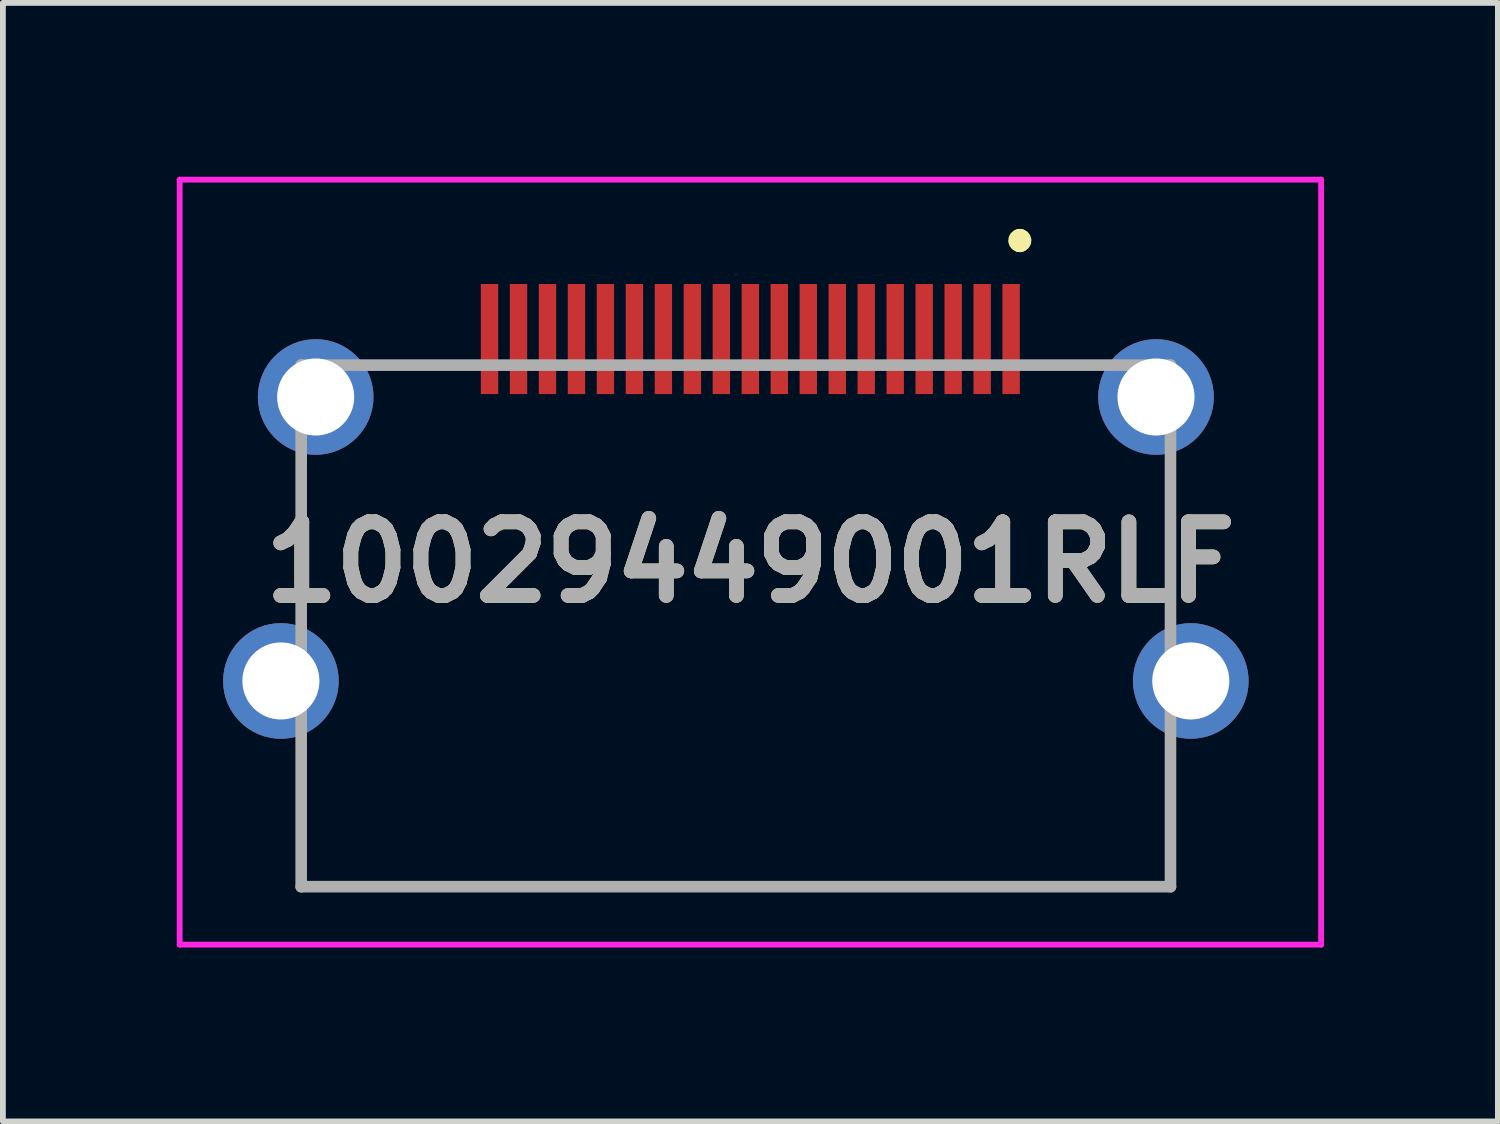
<source format=kicad_pcb>
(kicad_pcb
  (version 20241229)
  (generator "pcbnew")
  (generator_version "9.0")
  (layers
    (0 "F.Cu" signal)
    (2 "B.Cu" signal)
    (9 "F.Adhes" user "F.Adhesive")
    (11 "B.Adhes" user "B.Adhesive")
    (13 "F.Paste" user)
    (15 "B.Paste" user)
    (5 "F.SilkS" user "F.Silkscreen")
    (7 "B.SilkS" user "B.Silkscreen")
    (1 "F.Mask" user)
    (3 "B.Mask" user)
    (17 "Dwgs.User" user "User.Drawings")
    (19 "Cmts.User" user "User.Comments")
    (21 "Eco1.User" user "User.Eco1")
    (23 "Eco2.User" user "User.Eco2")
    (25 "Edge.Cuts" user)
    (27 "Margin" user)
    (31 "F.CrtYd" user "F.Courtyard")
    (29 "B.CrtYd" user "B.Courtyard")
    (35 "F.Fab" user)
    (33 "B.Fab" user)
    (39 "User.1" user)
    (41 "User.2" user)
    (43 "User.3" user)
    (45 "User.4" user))
  (footprint "10029449001RLF"
    (layer "F.Cu")
    (at 9.898 6.65)
    (property "Reference" "10029449001RLF" (at 0 0 0) (layer "F.SilkS") (effects (font (size 1.27 1.27) (thickness 0.254))))
    (attr smd)
    (fp_line (start 4.649 -5.6) (end 4.649 -5.6) (stroke (width 0.3) (type solid)) (layer "F.SilkS"))
    (fp_line (start 4.649 -5.5) (end 4.649 -5.5) (stroke (width 0.3) (type solid)) (layer "F.SilkS"))
    (fp_arc (start 4.649 -5.6) (mid 4.699 -5.55) (end 4.649 -5.5) (stroke (width 0.3) (type solid)) (layer "F.SilkS"))
    (fp_arc (start 4.649 -5.5) (mid 4.599 -5.55) (end 4.649 -5.6) (stroke (width 0.3) (type solid)) (layer "F.SilkS"))
    (fp_line (start -9.848 -6.6) (end 9.848 -6.6) (stroke (width 0.1) (type solid)) (layer "F.CrtYd"))
    (fp_line (start -9.848 6.6) (end -9.848 -6.6) (stroke (width 0.1) (type solid)) (layer "F.CrtYd"))
    (fp_line (start 9.848 -6.6) (end 9.848 6.6) (stroke (width 0.1) (type solid)) (layer "F.CrtYd"))
    (fp_line (start 9.848 6.6) (end -9.848 6.6) (stroke (width 0.1) (type solid)) (layer "F.CrtYd"))
    (fp_line (start -7.751 -3.4) (end 7.249 -3.4) (stroke (width 0.2) (type solid)) (layer "F.Fab"))
    (fp_line (start -7.751 5.6) (end -7.751 -3.4) (stroke (width 0.2) (type solid)) (layer "F.Fab"))
    (fp_line (start 7.249 -3.4) (end 7.249 5.6) (stroke (width 0.2) (type solid)) (layer "F.Fab"))
    (fp_line (start 7.249 5.6) (end -7.751 5.6) (stroke (width 0.2) (type solid)) (layer "F.Fab"))
    (fp_text user "${REFERENCE}" (at 0 0 0) (layer "F.Fab") (effects (font (size 1.27 1.27) (thickness 0.254))))
    (pad "1" smd rect (at 4.499 -3.85) (size 0.3 1.9) (layers "F.Cu" "F.Mask" "F.Paste"))
    (pad "2" smd rect (at 3.999 -3.85) (size 0.3 1.9) (layers "F.Cu" "F.Mask" "F.Paste"))
    (pad "3" smd rect (at 3.499 -3.85) (size 0.3 1.9) (layers "F.Cu" "F.Mask" "F.Paste"))
    (pad "4" smd rect (at 2.999 -3.85) (size 0.3 1.9) (layers "F.Cu" "F.Mask" "F.Paste"))
    (pad "5" smd rect (at 2.499 -3.85) (size 0.3 1.9) (layers "F.Cu" "F.Mask" "F.Paste"))
    (pad "6" smd rect (at 1.999 -3.85) (size 0.3 1.9) (layers "F.Cu" "F.Mask" "F.Paste"))
    (pad "7" smd rect (at 1.499 -3.85) (size 0.3 1.9) (layers "F.Cu" "F.Mask" "F.Paste"))
    (pad "8" smd rect (at 0.999 -3.85) (size 0.3 1.9) (layers "F.Cu" "F.Mask" "F.Paste"))
    (pad "9" smd rect (at 0.499 -3.85) (size 0.3 1.9) (layers "F.Cu" "F.Mask" "F.Paste"))
    (pad "10" smd rect (at -0.001 -3.85) (size 0.3 1.9) (layers "F.Cu" "F.Mask" "F.Paste"))
    (pad "11" smd rect (at -0.501 -3.85) (size 0.3 1.9) (layers "F.Cu" "F.Mask" "F.Paste"))
    (pad "12" smd rect (at -1.001 -3.85) (size 0.3 1.9) (layers "F.Cu" "F.Mask" "F.Paste"))
    (pad "13" smd rect (at -1.501 -3.85) (size 0.3 1.9) (layers "F.Cu" "F.Mask" "F.Paste"))
    (pad "14" smd rect (at -2.001 -3.85) (size 0.3 1.9) (layers "F.Cu" "F.Mask" "F.Paste"))
    (pad "15" smd rect (at -2.501 -3.85) (size 0.3 1.9) (layers "F.Cu" "F.Mask" "F.Paste"))
    (pad "16" smd rect (at -3.001 -3.85) (size 0.3 1.9) (layers "F.Cu" "F.Mask" "F.Paste"))
    (pad "17" smd rect (at -3.501 -3.85) (size 0.3 1.9) (layers "F.Cu" "F.Mask" "F.Paste"))
    (pad "18" smd rect (at -4.001 -3.85) (size 0.3 1.9) (layers "F.Cu" "F.Mask" "F.Paste"))
    (pad "19" smd rect (at -4.501 -3.85) (size 0.3 1.9) (layers "F.Cu" "F.Mask" "F.Paste"))
    (pad "MH1" thru_hole circle (at -7.501 -2.85) (size 1.995 1.995) (drill 1.33) (layers "*.Cu" "*.Mask"))
    (pad "MH2" thru_hole circle (at 6.999 -2.85) (size 1.995 1.995) (drill 1.33) (layers "*.Cu" "*.Mask"))
    (pad "MH3" thru_hole circle (at -8.101 2.05) (size 1.995 1.995) (drill 1.33) (layers "*.Cu" "*.Mask"))
    (pad "MH4" thru_hole circle (at 7.599 2.05) (size 1.995 1.995) (drill 1.33) (layers "*.Cu" "*.Mask")))
  (gr_rect
    (start -3 -3)
    (end 22.796 16.3)
    (stroke (width 0.1) (type default))
    (fill no)
    (layer "Edge.Cuts")))
</source>
